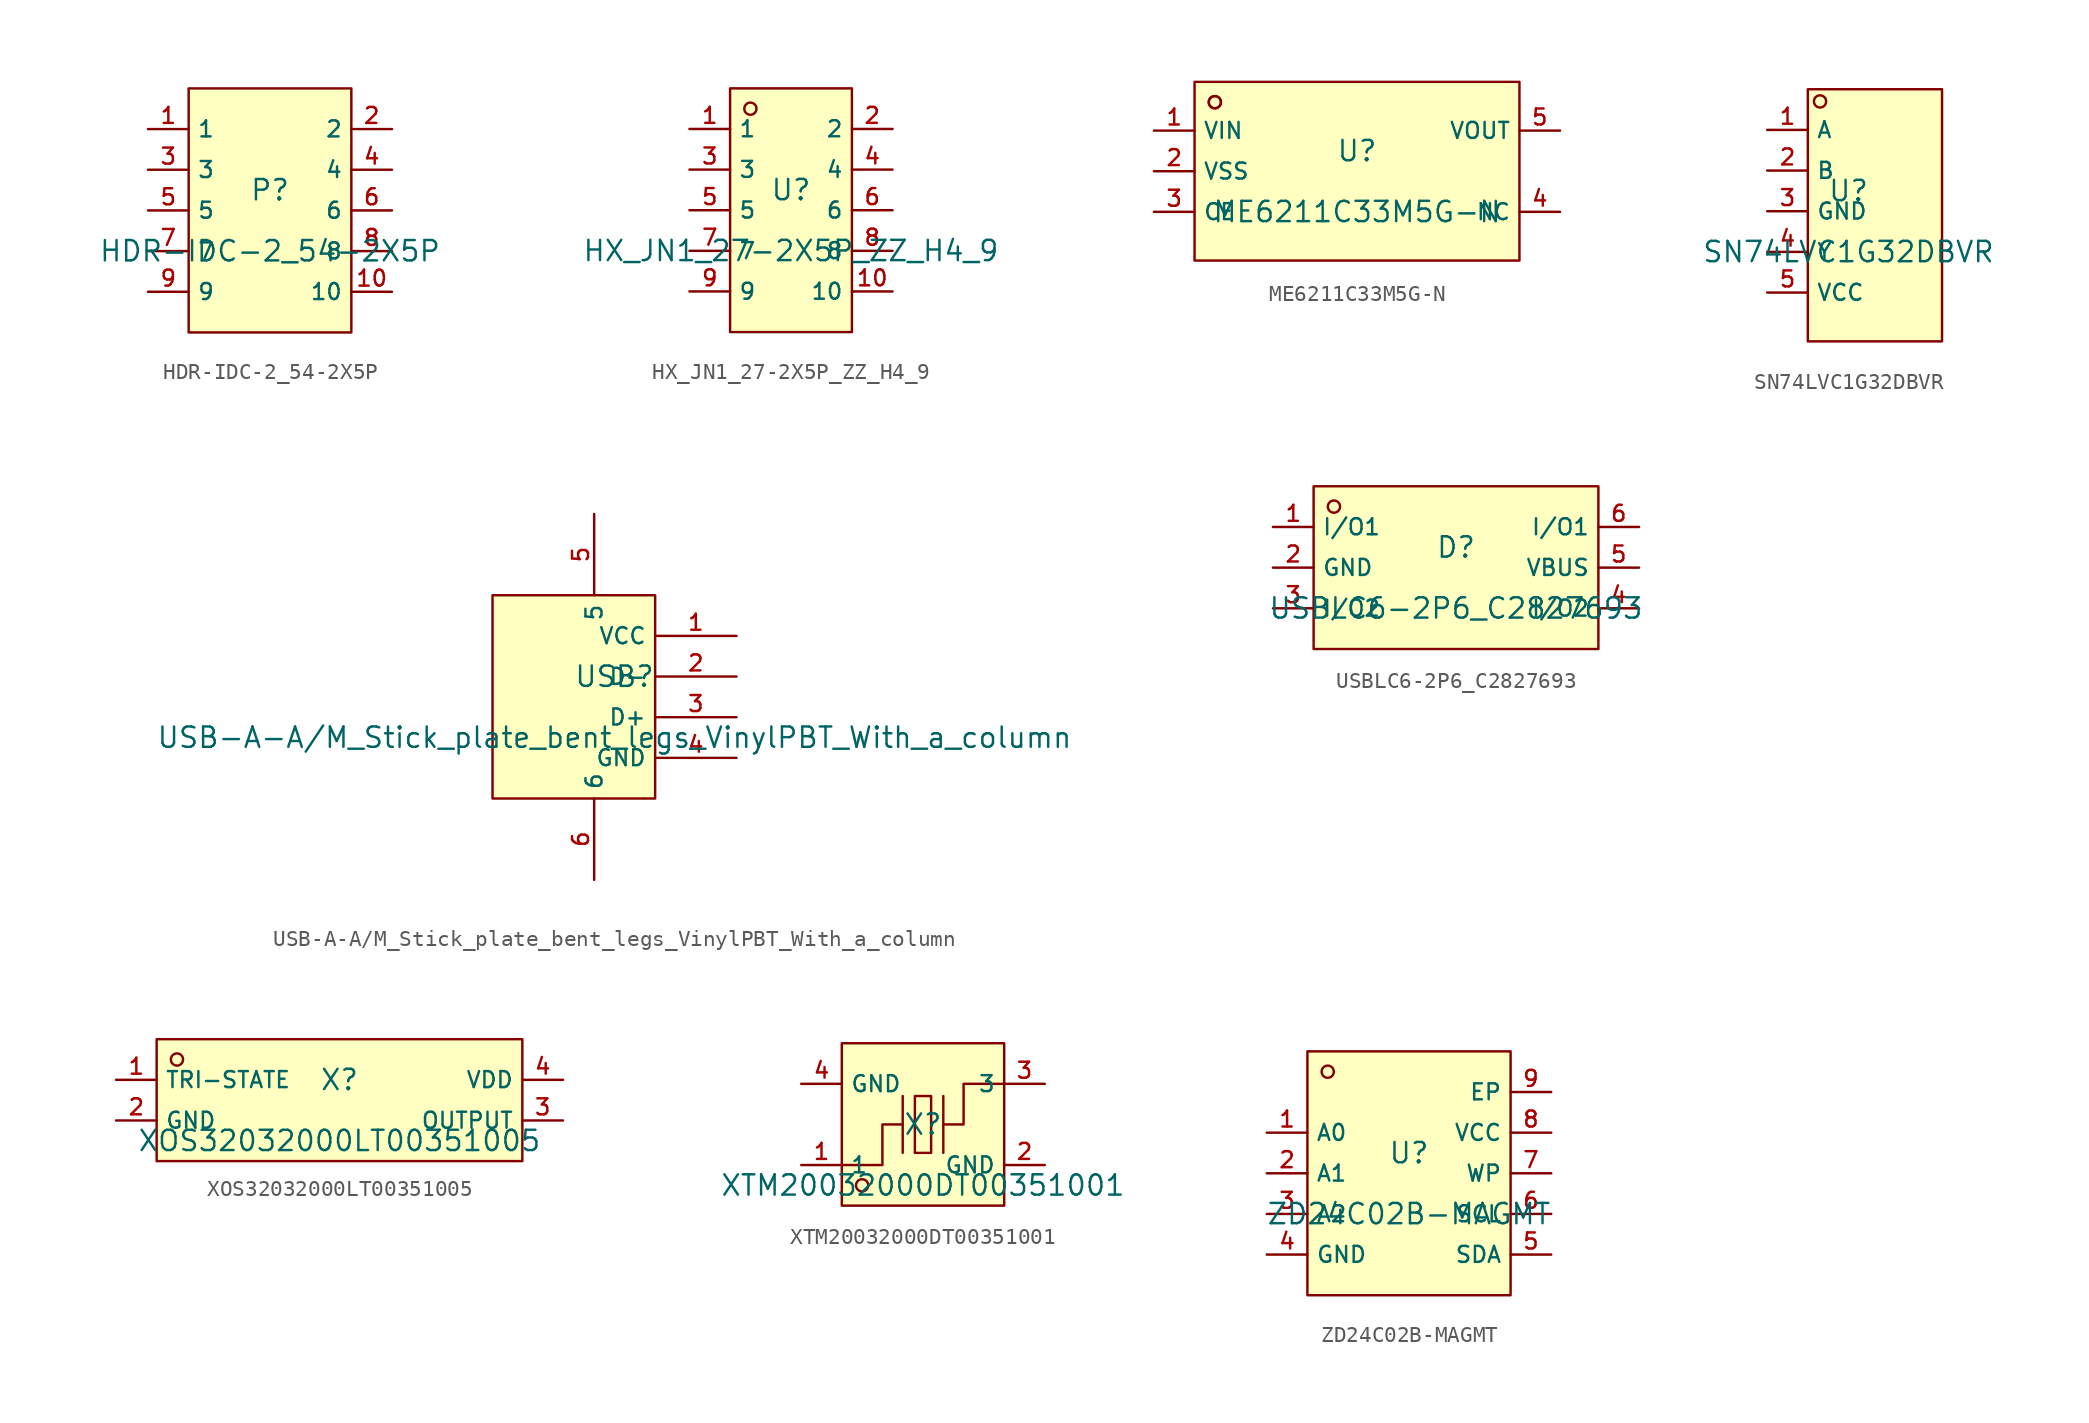
<source format=kicad_sym>
(kicad_symbol_lib
  (version 20241209)
  (generator "kicad_symbol_editor")
  (generator_version "9.0")
  (symbol "HDR-IDC-2_54-2X5P"
    (property "Reference" "P"
      (at 0 1.27 0)
      (effects (font (size 1.27 1.27))))
    (property "Value" "HDR-IDC-2_54-2X5P"
      (at 0 -2.54 0)
      (effects (font (size 1.27 1.27))))
    (symbol "HDR-IDC-2_54-2X5P_0_1"
      (rectangle (start -5.08 7.62) (end 5.08 -7.62) (stroke (width 0) (type default)) (fill (type background)))
      (pin unspecified line (at -7.62 5.08 0) (length 2.54) (name "1" (effects (font (size 1 1)))) (number "1" (effects (font (size 1 1)))))
      (pin unspecified line (at -7.62 2.54 0) (length 2.54) (name "3" (effects (font (size 1 1)))) (number "3" (effects (font (size 1 1)))))
      (pin unspecified line (at -7.62 0 0) (length 2.54) (name "5" (effects (font (size 1 1)))) (number "5" (effects (font (size 1 1)))))
      (pin unspecified line (at -7.62 -2.54 0) (length 2.54) (name "7" (effects (font (size 1 1)))) (number "7" (effects (font (size 1 1)))))
      (pin unspecified line (at -7.62 -5.08 0) (length 2.54) (name "9" (effects (font (size 1 1)))) (number "9" (effects (font (size 1 1)))))
      (pin unspecified line (at 7.62 5.08 180) (length 2.54) (name "2" (effects (font (size 1 1)))) (number "2" (effects (font (size 1 1)))))
      (pin unspecified line (at 7.62 2.54 180) (length 2.54) (name "4" (effects (font (size 1 1)))) (number "4" (effects (font (size 1 1)))))
      (pin unspecified line (at 7.62 0 180) (length 2.54) (name "6" (effects (font (size 1 1)))) (number "6" (effects (font (size 1 1)))))
      (pin unspecified line (at 7.62 -2.54 180) (length 2.54) (name "8" (effects (font (size 1 1)))) (number "8" (effects (font (size 1 1)))))
      (pin unspecified line (at 7.62 -5.08 180) (length 2.54) (name "10" (effects (font (size 1 1)))) (number "10" (effects (font (size 1 1)))))))
  (symbol "HX_JN1_27-2X5P_ZZ_H4_9"
    (property "Reference" "U"
      (at 0 1.27 0)
      (effects (font (size 1.27 1.27))))
    (property "Value" "HX_JN1_27-2X5P_ZZ_H4_9"
      (at 0 -2.54 0)
      (effects (font (size 1.27 1.27))))
    (symbol "HX_JN1_27-2X5P_ZZ_H4_9_0_1"
      (rectangle (start -3.81 7.62) (end 3.81 -7.62) (stroke (width 0) (type default) (color 0 0 0 0)) (fill (type background)))
      (circle (center -2.54 6.35) (radius 0.381) (stroke (width 0) (type default) (color 0 0 0 0)) (fill (type background)))
      (pin unspecified line (at -6.35 5.08 0) (length 2.54) (name "1" (effects (font (size 1 1)))) (number "1" (effects (font (size 1 1)))))
      (pin unspecified line (at 6.35 -5.08 180) (length 2.54) (name "10" (effects (font (size 1 1)))) (number "10" (effects (font (size 1 1)))))
      (pin unspecified line (at -6.35 2.54 0) (length 2.54) (name "3" (effects (font (size 1 1)))) (number "3" (effects (font (size 1 1)))))
      (pin unspecified line (at 6.35 -2.54 180) (length 2.54) (name "8" (effects (font (size 1 1)))) (number "8" (effects (font (size 1 1)))))
      (pin unspecified line (at -6.35 -0.0 0) (length 2.54) (name "5" (effects (font (size 1 1)))) (number "5" (effects (font (size 1 1)))))
      (pin unspecified line (at 6.35 -0.0 180) (length 2.54) (name "6" (effects (font (size 1 1)))) (number "6" (effects (font (size 1 1)))))
      (pin unspecified line (at -6.35 -2.54 0) (length 2.54) (name "7" (effects (font (size 1 1)))) (number "7" (effects (font (size 1 1)))))
      (pin unspecified line (at 6.35 2.54 180) (length 2.54) (name "4" (effects (font (size 1 1)))) (number "4" (effects (font (size 1 1)))))
      (pin unspecified line (at -6.35 -5.08 0) (length 2.54) (name "9" (effects (font (size 1 1)))) (number "9" (effects (font (size 1 1)))))
      (pin unspecified line (at 6.35 5.08 180) (length 2.54) (name "2" (effects (font (size 1 1)))) (number "2" (effects (font (size 1 1)))))))
  (symbol "ME6211C33M5G-N"
    (property "Reference" "U"
      (at 0 1.27 0)
      (effects (font (size 1.27 1.27))))
    (property "Value" "ME6211C33M5G-N"
      (at 0 -2.54 0)
      (effects (font (size 1.27 1.27))))
    (symbol "ME6211C33M5G-N_0_1"
      (rectangle (start -10.16 5.588) (end 10.16 -5.588) (stroke (width 0) (type default)) (fill (type background)))
      (circle (center -8.89 4.318) (radius 0.381) (stroke (width 0) (type default)) (fill (type background)))
      (circle (center -8.89 4.318) (radius 0.381) (stroke (width 0) (type default)) (fill (type background)))
      (pin unspecified line (at -12.7 2.54 0) (length 2.54) (name "VIN" (effects (font (size 1 1)))) (number "1" (effects (font (size 1 1)))))
      (pin unspecified line (at -12.7 0 0) (length 2.54) (name "VSS" (effects (font (size 1 1)))) (number "2" (effects (font (size 1 1)))))
      (pin unspecified line (at -12.7 -2.54 0) (length 2.54) (name "CE" (effects (font (size 1 1)))) (number "3" (effects (font (size 1 1)))))
      (pin unspecified line (at 12.7 2.54 180) (length 2.54) (name "VOUT" (effects (font (size 1 1)))) (number "5" (effects (font (size 1 1)))))
      (pin unspecified line (at 12.7 -2.54 180) (length 2.54) (name "NC" (effects (font (size 1 1)))) (number "4" (effects (font (size 1 1)))))))
  (symbol "SN74LVC1G32DBVR"
    (property "Reference" "U"
      (at 0 1.27 0)
      (effects (font (size 1.27 1.27))))
    (property "Value" "SN74LVC1G32DBVR"
      (at 0 -2.54 0)
      (effects (font (size 1.27 1.27))))
    (symbol "SN74LVC1G32DBVR_0_1"
      (rectangle (start -2.54 7.62) (end 5.842 -8.128) (stroke (width 0) (type default) (color 0 0 0 0)) (fill (type background)))
      (circle (center -1.778 6.858) (radius 0.381) (stroke (width 0) (type default) (color 0 0 0 0)) (fill (type background)))
      (pin unspecified line (at -5.08 5.08 0) (length 2.54) (name "A" (effects (font (size 1 1)))) (number "1" (effects (font (size 1 1)))))
      (pin unspecified line (at -5.08 2.54 0) (length 2.54) (name "B" (effects (font (size 1 1)))) (number "2" (effects (font (size 1 1)))))
      (pin unspecified line (at -5.08 -0.0 0) (length 2.54) (name "GND" (effects (font (size 1 1)))) (number "3" (effects (font (size 1 1)))))
      (pin unspecified line (at -5.08 -2.54 0) (length 2.54) (name "Y" (effects (font (size 1 1)))) (number "4" (effects (font (size 1 1)))))
      (pin unspecified line (at -5.08 -5.08 0) (length 2.54) (name "VCC" (effects (font (size 1 1)))) (number "5" (effects (font (size 1 1)))))))
  (symbol "USB-A-A/M_Stick_plate_bent_legs_VinylPBT_With_a_column"
    (property "Reference" "USB"
      (at 0 1.27 0)
      (effects (font (size 1.27 1.27))))
    (property "Value" "USB-A-A{slash}M_Stick_plate_bent_legs_VinylPBT_With_a_column"
      (at 0 -2.54 0)
      (effects (font (size 1.27 1.27))))
    (symbol "USB-A-A/M_Stick_plate_bent_legs_VinylPBT_With_a_column_0_1"
      (rectangle (start -7.62 6.35) (end 2.54 -6.35) (stroke (width 0) (type default)) (fill (type background)))
      (pin unspecified line (at -1.27 11.43 270) (length 5.08) (name "5" (effects (font (size 1 1)))) (number "5" (effects (font (size 1 1)))))
      (pin unspecified line (at -1.27 -11.43 90) (length 5.08) (name "6" (effects (font (size 1 1)))) (number "6" (effects (font (size 1 1)))))
      (pin input line (at 7.62 3.81 180) (length 5.08) (name "VCC" (effects (font (size 1 1)))) (number "1" (effects (font (size 1 1)))))
      (pin input line (at 7.62 1.27 180) (length 5.08) (name "D-" (effects (font (size 1 1)))) (number "2" (effects (font (size 1 1)))))
      (pin input line (at 7.62 -1.27 180) (length 5.08) (name "D+" (effects (font (size 1 1)))) (number "3" (effects (font (size 1 1)))))
      (pin input line (at 7.62 -3.81 180) (length 5.08) (name "GND" (effects (font (size 1 1)))) (number "4" (effects (font (size 1 1)))))))
  (symbol "USBLC6-2P6_C2827693"
    (property "Reference" "D"
      (at 0 1.27 0)
      (effects (font (size 1.27 1.27))))
    (property "Value" "USBLC6-2P6_C2827693"
      (at 0 -2.54 0)
      (effects (font (size 1.27 1.27))))
    (symbol "USBLC6-2P6_C2827693_0_1"
      (rectangle (start -8.89 5.08) (end 8.89 -5.08) (stroke (width 0) (type default)) (fill (type background)))
      (circle (center -7.62 3.81) (radius 0.381) (stroke (width 0) (type default)) (fill (type background)))
      (pin unspecified line (at -11.43 2.54 0) (length 2.54) (name "I/O1" (effects (font (size 1 1)))) (number "1" (effects (font (size 1 1)))))
      (pin unspecified line (at -11.43 0 0) (length 2.54) (name "GND" (effects (font (size 1 1)))) (number "2" (effects (font (size 1 1)))))
      (pin unspecified line (at -11.43 -2.54 0) (length 2.54) (name "I/O2" (effects (font (size 1 1)))) (number "3" (effects (font (size 1 1)))))
      (pin unspecified line (at 11.43 2.54 180) (length 2.54) (name "I/O1" (effects (font (size 1 1)))) (number "6" (effects (font (size 1 1)))))
      (pin unspecified line (at 11.43 0 180) (length 2.54) (name "VBUS" (effects (font (size 1 1)))) (number "5" (effects (font (size 1 1)))))
      (pin unspecified line (at 11.43 -2.54 180) (length 2.54) (name "I/O2" (effects (font (size 1 1)))) (number "4" (effects (font (size 1 1)))))))
  (symbol "XOS32032000LT00351005"
    (property "Reference" "X"
      (at 0 1.27 0)
      (effects (font (size 1.27 1.27))))
    (property "Value" "XOS32032000LT00351005"
      (at 0 -2.54 0)
      (effects (font (size 1.27 1.27))))
    (symbol "XOS32032000LT00351005_0_1"
      (rectangle (start -11.43 3.81) (end 11.43 -3.81) (stroke (width 0) (type default)) (fill (type background)))
      (circle (center -10.16 2.54) (radius 0.381) (stroke (width 0) (type default)) (fill (type background)))
      (pin unspecified line (at -13.97 1.27 0) (length 2.54) (name "TRI-STATE" (effects (font (size 1 1)))) (number "1" (effects (font (size 1 1)))))
      (pin unspecified line (at -13.97 -1.27 0) (length 2.54) (name "GND" (effects (font (size 1 1)))) (number "2" (effects (font (size 1 1)))))
      (pin unspecified line (at 13.97 1.27 180) (length 2.54) (name "VDD" (effects (font (size 1 1)))) (number "4" (effects (font (size 1 1)))))
      (pin unspecified line (at 13.97 -1.27 180) (length 2.54) (name "OUTPUT" (effects (font (size 1 1)))) (number "3" (effects (font (size 1 1)))))))
  (symbol "XTM20032000DT00351001"
    (property "Reference" "X"
      (at 0 1.27 0)
      (effects (font (size 1.27 1.27))))
    (property "Value" "XTM20032000DT00351001"
      (at 0 -2.54 0)
      (effects (font (size 1.27 1.27))))
    (symbol "XTM20032000DT00351001_0_1"
      (rectangle (start -5.08 6.35) (end 5.08 -3.81) (stroke (width 0) (type default)) (fill (type background)))
      (polyline (pts (xy -5.08 -1.27) (xy -2.54 -1.27) (xy -2.54 1.27) (xy -1.27 1.27)) (stroke (width 0) (type default)) (fill (type none)))
      (circle (center -3.81 -2.54) (radius 0.381) (stroke (width 0) (type default)) (fill (type background)))
      (polyline (pts (xy -1.27 -0.508) (xy -1.27 3.048)) (stroke (width 0) (type default)) (fill (type none)))
      (rectangle (start -0.508 3.048) (end 0.508 -0.508) (stroke (width 0) (type default)) (fill (type background)))
      (polyline (pts (xy 1.27 -0.508) (xy 1.27 3.048)) (stroke (width 0) (type default)) (fill (type none)))
      (polyline (pts (xy 5.08 3.81) (xy 2.54 3.81) (xy 2.54 1.27) (xy 1.27 1.27)) (stroke (width 0) (type default)) (fill (type none)))
      (pin input line (at -7.62 3.81 0) (length 2.54) (name "GND" (effects (font (size 1 1)))) (number "4" (effects (font (size 1 1)))))
      (pin input line (at -7.62 -1.27 0) (length 2.54) (name "1" (effects (font (size 1 1)))) (number "1" (effects (font (size 1 1)))))
      (pin input line (at 7.62 3.81 180) (length 2.54) (name "3" (effects (font (size 1 1)))) (number "3" (effects (font (size 1 1)))))
      (pin input line (at 7.62 -1.27 180) (length 2.54) (name "GND" (effects (font (size 1 1)))) (number "2" (effects (font (size 1 1)))))))
  (symbol "ZD24C02B-MAGMT"
    (property "Reference" "U"
      (at 0 1.27 0)
      (effects (font (size 1.27 1.27))))
    (property "Value" "ZD24C02B-MAGMT"
      (at 0 -2.54 0)
      (effects (font (size 1.27 1.27))))
    (symbol "ZD24C02B-MAGMT_0_1"
      (rectangle (start -6.35 7.62) (end 6.35 -7.62) (stroke (width 0) (type default)) (fill (type background)))
      (circle (center -5.08 6.35) (radius 0.381) (stroke (width 0) (type default)) (fill (type background)))
      (pin unspecified line (at -8.89 2.54 0) (length 2.54) (name "A0" (effects (font (size 1 1)))) (number "1" (effects (font (size 1 1)))))
      (pin unspecified line (at -8.89 0 0) (length 2.54) (name "A1" (effects (font (size 1 1)))) (number "2" (effects (font (size 1 1)))))
      (pin unspecified line (at -8.89 -2.54 0) (length 2.54) (name "A2" (effects (font (size 1 1)))) (number "3" (effects (font (size 1 1)))))
      (pin unspecified line (at -8.89 -5.08 0) (length 2.54) (name "GND" (effects (font (size 1 1)))) (number "4" (effects (font (size 1 1)))))
      (pin unspecified line (at 8.89 5.08 180) (length 2.54) (name "EP" (effects (font (size 1 1)))) (number "9" (effects (font (size 1 1)))))
      (pin unspecified line (at 8.89 2.54 180) (length 2.54) (name "VCC" (effects (font (size 1 1)))) (number "8" (effects (font (size 1 1)))))
      (pin unspecified line (at 8.89 0 180) (length 2.54) (name "WP" (effects (font (size 1 1)))) (number "7" (effects (font (size 1 1)))))
      (pin unspecified line (at 8.89 -2.54 180) (length 2.54) (name "SCL" (effects (font (size 1 1)))) (number "6" (effects (font (size 1 1)))))
      (pin unspecified line (at 8.89 -5.08 180) (length 2.54) (name "SDA" (effects (font (size 1 1)))) (number "5" (effects (font (size 1 1))))))))
</source>
